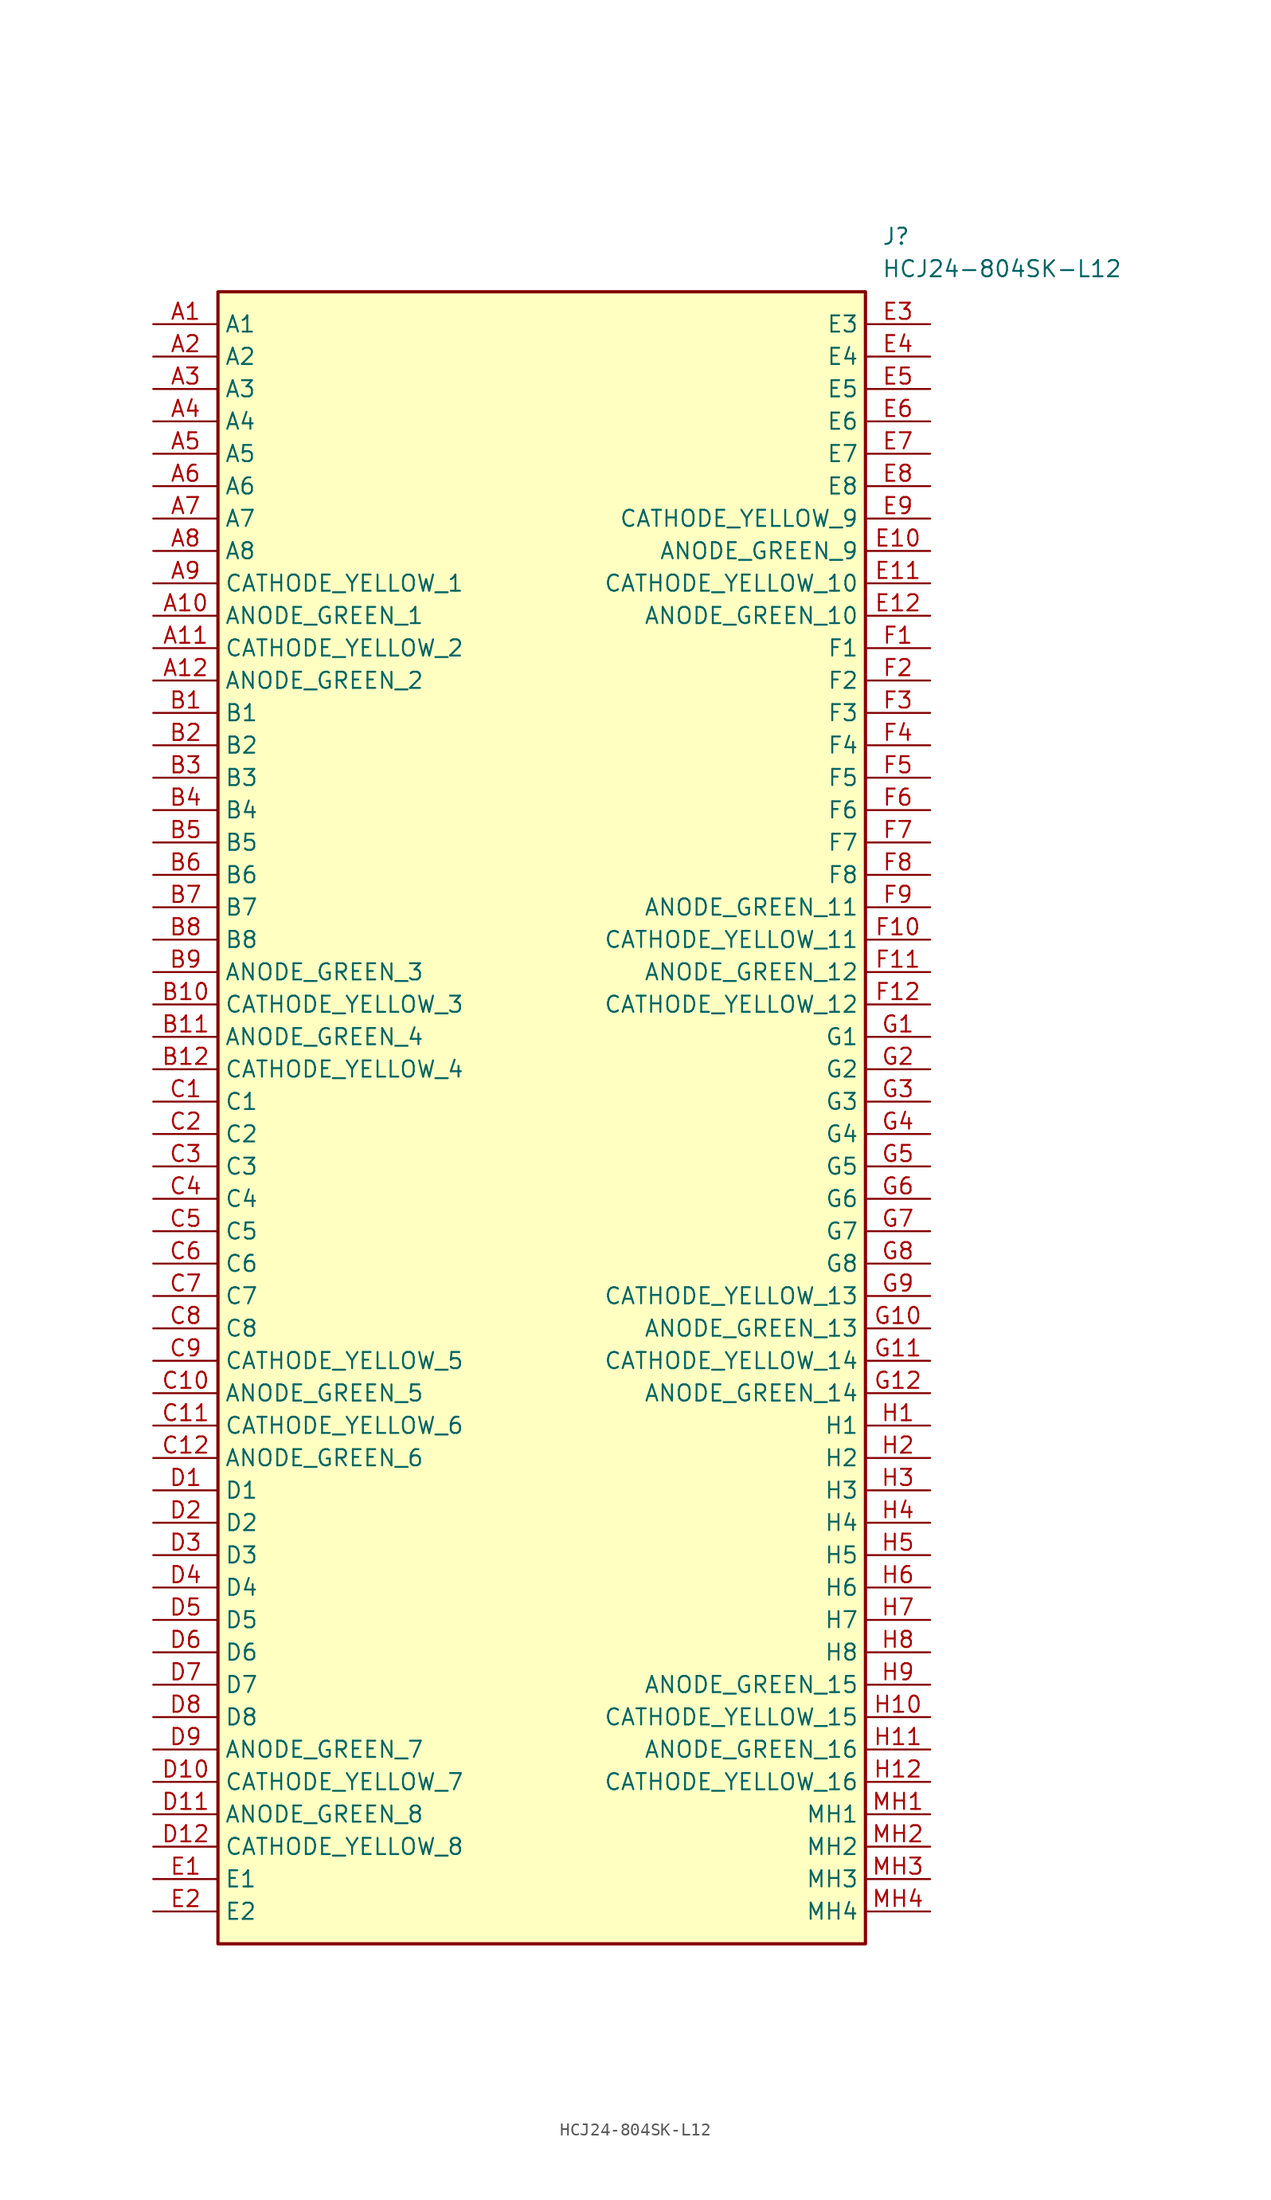
<source format=kicad_sym>
(kicad_symbol_lib
  (version 20231120)
  (generator "kicad_symbol_editor")
  (generator_version "8.0")
  (symbol "HCJ24-804SK-L12"
    (property "Reference" "J"
      (at 57.15 7.62 0)
      (effects (font (size 1.27 1.27)) (justify left top)))
    (property "Value" "HCJ24-804SK-L12"
      (at 57.15 5.08 0)
      (effects (font (size 1.27 1.27)) (justify left top)))
    (symbol "HCJ24-804SK-L12_1_1"
      (rectangle (start 5.08 2.54) (end 55.88 -127) (stroke (width 0.254) (type default)) (fill (type background)))
      (pin passive line (at 0 0 0) (length 5.08) (name "A1" (effects (font (size 1.27 1.27)))) (number "A1" (effects (font (size 1.27 1.27)))))
      (pin passive line (at 0 -22.86 0) (length 5.08) (name "ANODE_GREEN_1" (effects (font (size 1.27 1.27)))) (number "A10" (effects (font (size 1.27 1.27)))))
      (pin passive line (at 0 -25.4 0) (length 5.08) (name "CATHODE_YELLOW_2" (effects (font (size 1.27 1.27)))) (number "A11" (effects (font (size 1.27 1.27)))))
      (pin passive line (at 0 -27.94 0) (length 5.08) (name "ANODE_GREEN_2" (effects (font (size 1.27 1.27)))) (number "A12" (effects (font (size 1.27 1.27)))))
      (pin passive line (at 0 -2.54 0) (length 5.08) (name "A2" (effects (font (size 1.27 1.27)))) (number "A2" (effects (font (size 1.27 1.27)))))
      (pin passive line (at 0 -5.08 0) (length 5.08) (name "A3" (effects (font (size 1.27 1.27)))) (number "A3" (effects (font (size 1.27 1.27)))))
      (pin passive line (at 0 -7.62 0) (length 5.08) (name "A4" (effects (font (size 1.27 1.27)))) (number "A4" (effects (font (size 1.27 1.27)))))
      (pin passive line (at 0 -10.16 0) (length 5.08) (name "A5" (effects (font (size 1.27 1.27)))) (number "A5" (effects (font (size 1.27 1.27)))))
      (pin passive line (at 0 -12.7 0) (length 5.08) (name "A6" (effects (font (size 1.27 1.27)))) (number "A6" (effects (font (size 1.27 1.27)))))
      (pin passive line (at 0 -15.24 0) (length 5.08) (name "A7" (effects (font (size 1.27 1.27)))) (number "A7" (effects (font (size 1.27 1.27)))))
      (pin passive line (at 0 -17.78 0) (length 5.08) (name "A8" (effects (font (size 1.27 1.27)))) (number "A8" (effects (font (size 1.27 1.27)))))
      (pin passive line (at 0 -20.32 0) (length 5.08) (name "CATHODE_YELLOW_1" (effects (font (size 1.27 1.27)))) (number "A9" (effects (font (size 1.27 1.27)))))
      (pin passive line (at 0 -30.48 0) (length 5.08) (name "B1" (effects (font (size 1.27 1.27)))) (number "B1" (effects (font (size 1.27 1.27)))))
      (pin passive line (at 0 -53.34 0) (length 5.08) (name "CATHODE_YELLOW_3" (effects (font (size 1.27 1.27)))) (number "B10" (effects (font (size 1.27 1.27)))))
      (pin passive line (at 0 -55.88 0) (length 5.08) (name "ANODE_GREEN_4" (effects (font (size 1.27 1.27)))) (number "B11" (effects (font (size 1.27 1.27)))))
      (pin passive line (at 0 -58.42 0) (length 5.08) (name "CATHODE_YELLOW_4" (effects (font (size 1.27 1.27)))) (number "B12" (effects (font (size 1.27 1.27)))))
      (pin passive line (at 0 -33.02 0) (length 5.08) (name "B2" (effects (font (size 1.27 1.27)))) (number "B2" (effects (font (size 1.27 1.27)))))
      (pin passive line (at 0 -35.56 0) (length 5.08) (name "B3" (effects (font (size 1.27 1.27)))) (number "B3" (effects (font (size 1.27 1.27)))))
      (pin passive line (at 0 -38.1 0) (length 5.08) (name "B4" (effects (font (size 1.27 1.27)))) (number "B4" (effects (font (size 1.27 1.27)))))
      (pin passive line (at 0 -40.64 0) (length 5.08) (name "B5" (effects (font (size 1.27 1.27)))) (number "B5" (effects (font (size 1.27 1.27)))))
      (pin passive line (at 0 -43.18 0) (length 5.08) (name "B6" (effects (font (size 1.27 1.27)))) (number "B6" (effects (font (size 1.27 1.27)))))
      (pin passive line (at 0 -45.72 0) (length 5.08) (name "B7" (effects (font (size 1.27 1.27)))) (number "B7" (effects (font (size 1.27 1.27)))))
      (pin passive line (at 0 -48.26 0) (length 5.08) (name "B8" (effects (font (size 1.27 1.27)))) (number "B8" (effects (font (size 1.27 1.27)))))
      (pin passive line (at 0 -50.8 0) (length 5.08) (name "ANODE_GREEN_3" (effects (font (size 1.27 1.27)))) (number "B9" (effects (font (size 1.27 1.27)))))
      (pin passive line (at 0 -60.96 0) (length 5.08) (name "C1" (effects (font (size 1.27 1.27)))) (number "C1" (effects (font (size 1.27 1.27)))))
      (pin passive line (at 0 -83.82 0) (length 5.08) (name "ANODE_GREEN_5" (effects (font (size 1.27 1.27)))) (number "C10" (effects (font (size 1.27 1.27)))))
      (pin passive line (at 0 -86.36 0) (length 5.08) (name "CATHODE_YELLOW_6" (effects (font (size 1.27 1.27)))) (number "C11" (effects (font (size 1.27 1.27)))))
      (pin passive line (at 0 -88.9 0) (length 5.08) (name "ANODE_GREEN_6" (effects (font (size 1.27 1.27)))) (number "C12" (effects (font (size 1.27 1.27)))))
      (pin passive line (at 0 -63.5 0) (length 5.08) (name "C2" (effects (font (size 1.27 1.27)))) (number "C2" (effects (font (size 1.27 1.27)))))
      (pin passive line (at 0 -66.04 0) (length 5.08) (name "C3" (effects (font (size 1.27 1.27)))) (number "C3" (effects (font (size 1.27 1.27)))))
      (pin passive line (at 0 -68.58 0) (length 5.08) (name "C4" (effects (font (size 1.27 1.27)))) (number "C4" (effects (font (size 1.27 1.27)))))
      (pin passive line (at 0 -71.12 0) (length 5.08) (name "C5" (effects (font (size 1.27 1.27)))) (number "C5" (effects (font (size 1.27 1.27)))))
      (pin passive line (at 0 -73.66 0) (length 5.08) (name "C6" (effects (font (size 1.27 1.27)))) (number "C6" (effects (font (size 1.27 1.27)))))
      (pin passive line (at 0 -76.2 0) (length 5.08) (name "C7" (effects (font (size 1.27 1.27)))) (number "C7" (effects (font (size 1.27 1.27)))))
      (pin passive line (at 0 -78.74 0) (length 5.08) (name "C8" (effects (font (size 1.27 1.27)))) (number "C8" (effects (font (size 1.27 1.27)))))
      (pin passive line (at 0 -81.28 0) (length 5.08) (name "CATHODE_YELLOW_5" (effects (font (size 1.27 1.27)))) (number "C9" (effects (font (size 1.27 1.27)))))
      (pin passive line (at 0 -91.44 0) (length 5.08) (name "D1" (effects (font (size 1.27 1.27)))) (number "D1" (effects (font (size 1.27 1.27)))))
      (pin passive line (at 0 -114.3 0) (length 5.08) (name "CATHODE_YELLOW_7" (effects (font (size 1.27 1.27)))) (number "D10" (effects (font (size 1.27 1.27)))))
      (pin passive line (at 0 -116.84 0) (length 5.08) (name "ANODE_GREEN_8" (effects (font (size 1.27 1.27)))) (number "D11" (effects (font (size 1.27 1.27)))))
      (pin passive line (at 0 -119.38 0) (length 5.08) (name "CATHODE_YELLOW_8" (effects (font (size 1.27 1.27)))) (number "D12" (effects (font (size 1.27 1.27)))))
      (pin passive line (at 0 -93.98 0) (length 5.08) (name "D2" (effects (font (size 1.27 1.27)))) (number "D2" (effects (font (size 1.27 1.27)))))
      (pin passive line (at 0 -96.52 0) (length 5.08) (name "D3" (effects (font (size 1.27 1.27)))) (number "D3" (effects (font (size 1.27 1.27)))))
      (pin passive line (at 0 -99.06 0) (length 5.08) (name "D4" (effects (font (size 1.27 1.27)))) (number "D4" (effects (font (size 1.27 1.27)))))
      (pin passive line (at 0 -101.6 0) (length 5.08) (name "D5" (effects (font (size 1.27 1.27)))) (number "D5" (effects (font (size 1.27 1.27)))))
      (pin passive line (at 0 -104.14 0) (length 5.08) (name "D6" (effects (font (size 1.27 1.27)))) (number "D6" (effects (font (size 1.27 1.27)))))
      (pin passive line (at 0 -106.68 0) (length 5.08) (name "D7" (effects (font (size 1.27 1.27)))) (number "D7" (effects (font (size 1.27 1.27)))))
      (pin passive line (at 0 -109.22 0) (length 5.08) (name "D8" (effects (font (size 1.27 1.27)))) (number "D8" (effects (font (size 1.27 1.27)))))
      (pin passive line (at 0 -111.76 0) (length 5.08) (name "ANODE_GREEN_7" (effects (font (size 1.27 1.27)))) (number "D9" (effects (font (size 1.27 1.27)))))
      (pin passive line (at 0 -121.92 0) (length 5.08) (name "E1" (effects (font (size 1.27 1.27)))) (number "E1" (effects (font (size 1.27 1.27)))))
      (pin passive line (at 60.96 -17.78 180) (length 5.08) (name "ANODE_GREEN_9" (effects (font (size 1.27 1.27)))) (number "E10" (effects (font (size 1.27 1.27)))))
      (pin passive line (at 60.96 -20.32 180) (length 5.08) (name "CATHODE_YELLOW_10" (effects (font (size 1.27 1.27)))) (number "E11" (effects (font (size 1.27 1.27)))))
      (pin passive line (at 60.96 -22.86 180) (length 5.08) (name "ANODE_GREEN_10" (effects (font (size 1.27 1.27)))) (number "E12" (effects (font (size 1.27 1.27)))))
      (pin passive line (at 0 -124.46 0) (length 5.08) (name "E2" (effects (font (size 1.27 1.27)))) (number "E2" (effects (font (size 1.27 1.27)))))
      (pin passive line (at 60.96 0 180) (length 5.08) (name "E3" (effects (font (size 1.27 1.27)))) (number "E3" (effects (font (size 1.27 1.27)))))
      (pin passive line (at 60.96 -2.54 180) (length 5.08) (name "E4" (effects (font (size 1.27 1.27)))) (number "E4" (effects (font (size 1.27 1.27)))))
      (pin passive line (at 60.96 -5.08 180) (length 5.08) (name "E5" (effects (font (size 1.27 1.27)))) (number "E5" (effects (font (size 1.27 1.27)))))
      (pin passive line (at 60.96 -7.62 180) (length 5.08) (name "E6" (effects (font (size 1.27 1.27)))) (number "E6" (effects (font (size 1.27 1.27)))))
      (pin passive line (at 60.96 -10.16 180) (length 5.08) (name "E7" (effects (font (size 1.27 1.27)))) (number "E7" (effects (font (size 1.27 1.27)))))
      (pin passive line (at 60.96 -12.7 180) (length 5.08) (name "E8" (effects (font (size 1.27 1.27)))) (number "E8" (effects (font (size 1.27 1.27)))))
      (pin passive line (at 60.96 -15.24 180) (length 5.08) (name "CATHODE_YELLOW_9" (effects (font (size 1.27 1.27)))) (number "E9" (effects (font (size 1.27 1.27)))))
      (pin passive line (at 60.96 -25.4 180) (length 5.08) (name "F1" (effects (font (size 1.27 1.27)))) (number "F1" (effects (font (size 1.27 1.27)))))
      (pin passive line (at 60.96 -48.26 180) (length 5.08) (name "CATHODE_YELLOW_11" (effects (font (size 1.27 1.27)))) (number "F10" (effects (font (size 1.27 1.27)))))
      (pin passive line (at 60.96 -50.8 180) (length 5.08) (name "ANODE_GREEN_12" (effects (font (size 1.27 1.27)))) (number "F11" (effects (font (size 1.27 1.27)))))
      (pin passive line (at 60.96 -53.34 180) (length 5.08) (name "CATHODE_YELLOW_12" (effects (font (size 1.27 1.27)))) (number "F12" (effects (font (size 1.27 1.27)))))
      (pin passive line (at 60.96 -27.94 180) (length 5.08) (name "F2" (effects (font (size 1.27 1.27)))) (number "F2" (effects (font (size 1.27 1.27)))))
      (pin passive line (at 60.96 -30.48 180) (length 5.08) (name "F3" (effects (font (size 1.27 1.27)))) (number "F3" (effects (font (size 1.27 1.27)))))
      (pin passive line (at 60.96 -33.02 180) (length 5.08) (name "F4" (effects (font (size 1.27 1.27)))) (number "F4" (effects (font (size 1.27 1.27)))))
      (pin passive line (at 60.96 -35.56 180) (length 5.08) (name "F5" (effects (font (size 1.27 1.27)))) (number "F5" (effects (font (size 1.27 1.27)))))
      (pin passive line (at 60.96 -38.1 180) (length 5.08) (name "F6" (effects (font (size 1.27 1.27)))) (number "F6" (effects (font (size 1.27 1.27)))))
      (pin passive line (at 60.96 -40.64 180) (length 5.08) (name "F7" (effects (font (size 1.27 1.27)))) (number "F7" (effects (font (size 1.27 1.27)))))
      (pin passive line (at 60.96 -43.18 180) (length 5.08) (name "F8" (effects (font (size 1.27 1.27)))) (number "F8" (effects (font (size 1.27 1.27)))))
      (pin passive line (at 60.96 -45.72 180) (length 5.08) (name "ANODE_GREEN_11" (effects (font (size 1.27 1.27)))) (number "F9" (effects (font (size 1.27 1.27)))))
      (pin passive line (at 60.96 -55.88 180) (length 5.08) (name "G1" (effects (font (size 1.27 1.27)))) (number "G1" (effects (font (size 1.27 1.27)))))
      (pin passive line (at 60.96 -78.74 180) (length 5.08) (name "ANODE_GREEN_13" (effects (font (size 1.27 1.27)))) (number "G10" (effects (font (size 1.27 1.27)))))
      (pin passive line (at 60.96 -81.28 180) (length 5.08) (name "CATHODE_YELLOW_14" (effects (font (size 1.27 1.27)))) (number "G11" (effects (font (size 1.27 1.27)))))
      (pin passive line (at 60.96 -83.82 180) (length 5.08) (name "ANODE_GREEN_14" (effects (font (size 1.27 1.27)))) (number "G12" (effects (font (size 1.27 1.27)))))
      (pin passive line (at 60.96 -58.42 180) (length 5.08) (name "G2" (effects (font (size 1.27 1.27)))) (number "G2" (effects (font (size 1.27 1.27)))))
      (pin passive line (at 60.96 -60.96 180) (length 5.08) (name "G3" (effects (font (size 1.27 1.27)))) (number "G3" (effects (font (size 1.27 1.27)))))
      (pin passive line (at 60.96 -63.5 180) (length 5.08) (name "G4" (effects (font (size 1.27 1.27)))) (number "G4" (effects (font (size 1.27 1.27)))))
      (pin passive line (at 60.96 -66.04 180) (length 5.08) (name "G5" (effects (font (size 1.27 1.27)))) (number "G5" (effects (font (size 1.27 1.27)))))
      (pin passive line (at 60.96 -68.58 180) (length 5.08) (name "G6" (effects (font (size 1.27 1.27)))) (number "G6" (effects (font (size 1.27 1.27)))))
      (pin passive line (at 60.96 -71.12 180) (length 5.08) (name "G7" (effects (font (size 1.27 1.27)))) (number "G7" (effects (font (size 1.27 1.27)))))
      (pin passive line (at 60.96 -73.66 180) (length 5.08) (name "G8" (effects (font (size 1.27 1.27)))) (number "G8" (effects (font (size 1.27 1.27)))))
      (pin passive line (at 60.96 -76.2 180) (length 5.08) (name "CATHODE_YELLOW_13" (effects (font (size 1.27 1.27)))) (number "G9" (effects (font (size 1.27 1.27)))))
      (pin passive line (at 60.96 -86.36 180) (length 5.08) (name "H1" (effects (font (size 1.27 1.27)))) (number "H1" (effects (font (size 1.27 1.27)))))
      (pin passive line (at 60.96 -109.22 180) (length 5.08) (name "CATHODE_YELLOW_15" (effects (font (size 1.27 1.27)))) (number "H10" (effects (font (size 1.27 1.27)))))
      (pin passive line (at 60.96 -111.76 180) (length 5.08) (name "ANODE_GREEN_16" (effects (font (size 1.27 1.27)))) (number "H11" (effects (font (size 1.27 1.27)))))
      (pin passive line (at 60.96 -114.3 180) (length 5.08) (name "CATHODE_YELLOW_16" (effects (font (size 1.27 1.27)))) (number "H12" (effects (font (size 1.27 1.27)))))
      (pin passive line (at 60.96 -88.9 180) (length 5.08) (name "H2" (effects (font (size 1.27 1.27)))) (number "H2" (effects (font (size 1.27 1.27)))))
      (pin passive line (at 60.96 -91.44 180) (length 5.08) (name "H3" (effects (font (size 1.27 1.27)))) (number "H3" (effects (font (size 1.27 1.27)))))
      (pin passive line (at 60.96 -93.98 180) (length 5.08) (name "H4" (effects (font (size 1.27 1.27)))) (number "H4" (effects (font (size 1.27 1.27)))))
      (pin passive line (at 60.96 -96.52 180) (length 5.08) (name "H5" (effects (font (size 1.27 1.27)))) (number "H5" (effects (font (size 1.27 1.27)))))
      (pin passive line (at 60.96 -99.06 180) (length 5.08) (name "H6" (effects (font (size 1.27 1.27)))) (number "H6" (effects (font (size 1.27 1.27)))))
      (pin passive line (at 60.96 -101.6 180) (length 5.08) (name "H7" (effects (font (size 1.27 1.27)))) (number "H7" (effects (font (size 1.27 1.27)))))
      (pin passive line (at 60.96 -104.14 180) (length 5.08) (name "H8" (effects (font (size 1.27 1.27)))) (number "H8" (effects (font (size 1.27 1.27)))))
      (pin passive line (at 60.96 -106.68 180) (length 5.08) (name "ANODE_GREEN_15" (effects (font (size 1.27 1.27)))) (number "H9" (effects (font (size 1.27 1.27)))))
      (pin passive line (at 60.96 -116.84 180) (length 5.08) (name "MH1" (effects (font (size 1.27 1.27)))) (number "MH1" (effects (font (size 1.27 1.27)))))
      (pin passive line (at 60.96 -119.38 180) (length 5.08) (name "MH2" (effects (font (size 1.27 1.27)))) (number "MH2" (effects (font (size 1.27 1.27)))))
      (pin passive line (at 60.96 -121.92 180) (length 5.08) (name "MH3" (effects (font (size 1.27 1.27)))) (number "MH3" (effects (font (size 1.27 1.27)))))
      (pin passive line (at 60.96 -124.46 180) (length 5.08) (name "MH4" (effects (font (size 1.27 1.27)))) (number "MH4" (effects (font (size 1.27 1.27))))))))
</source>
